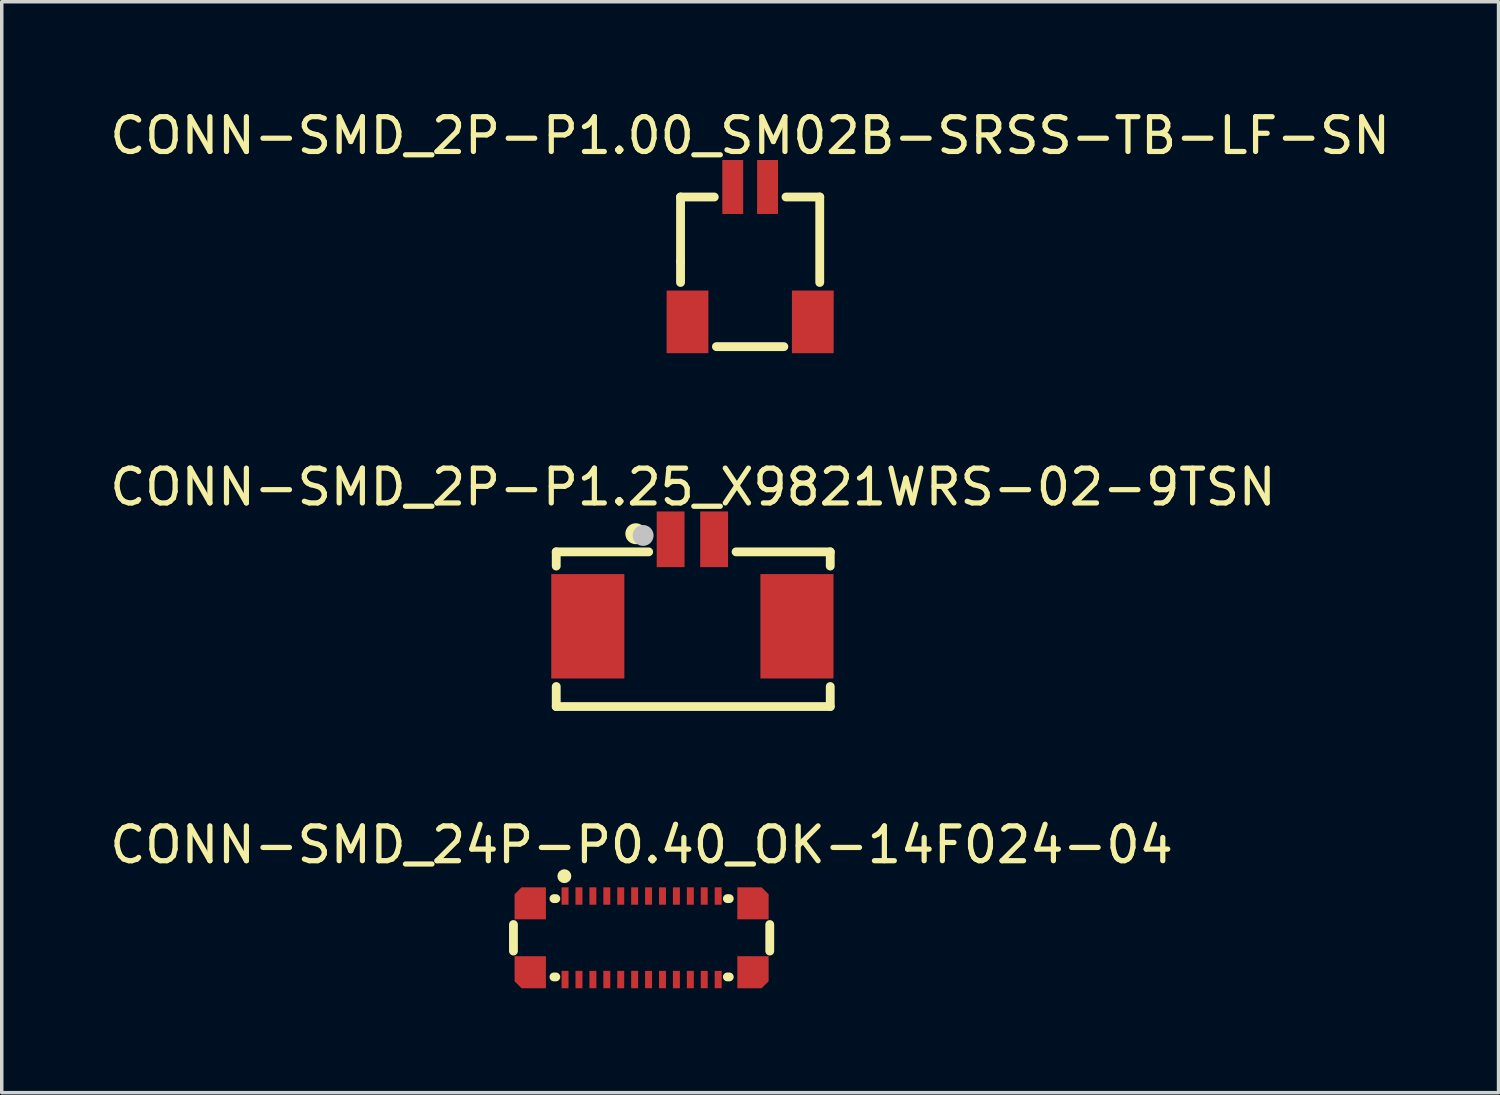
<source format=kicad_pcb>
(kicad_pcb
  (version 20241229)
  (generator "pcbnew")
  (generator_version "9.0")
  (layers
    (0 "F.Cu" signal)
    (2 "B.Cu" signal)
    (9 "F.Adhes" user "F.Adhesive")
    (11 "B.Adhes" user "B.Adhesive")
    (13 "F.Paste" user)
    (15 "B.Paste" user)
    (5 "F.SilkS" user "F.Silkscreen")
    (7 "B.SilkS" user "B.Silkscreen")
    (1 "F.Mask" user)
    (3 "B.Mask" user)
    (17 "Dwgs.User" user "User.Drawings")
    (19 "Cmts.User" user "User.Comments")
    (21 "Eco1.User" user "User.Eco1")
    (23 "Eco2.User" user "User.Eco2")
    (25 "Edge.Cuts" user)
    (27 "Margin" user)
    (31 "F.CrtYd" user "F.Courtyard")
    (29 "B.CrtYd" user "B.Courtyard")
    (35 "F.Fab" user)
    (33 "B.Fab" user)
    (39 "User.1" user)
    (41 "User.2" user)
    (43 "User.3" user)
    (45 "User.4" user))
  (footprint "CONN-SMD_2P-P1.00_SM02B-SRSS-TB-LF-SN"
    (layer "F.Cu")
    (at 18.506 4.261)
    (property "Reference" "CONN-SMD_2P-P1.00_SM02B-SRSS-TB-LF-SN" (at 0 -3.413 0) (layer "F.SilkS") (effects (font (size 1 1) (thickness 0.15))))
    (fp_line (start -2 -1.65) (end -1.031 -1.65) (stroke (width 0.254) (type default)) (layer "F.SilkS"))
    (fp_line (start -2 0.2) (end -2 -1.65) (stroke (width 0.254) (type default)) (layer "F.SilkS"))
    (fp_line (start -2 0.2) (end -2 0.806) (stroke (width 0.254) (type default)) (layer "F.SilkS"))
    (fp_line (start -0.969 2.65) (end 0.969 2.65) (stroke (width 0.254) (type default)) (layer "F.SilkS"))
    (fp_line (start 1.031 -1.65) (end 2 -1.65) (stroke (width 0.254) (type default)) (layer "F.SilkS"))
    (fp_line (start 2 -1.65) (end 2 0.806) (stroke (width 0.254) (type default)) (layer "F.SilkS"))
    (fp_poly (pts (xy -1.71 1.113) (xy -1.51 1.113) (xy -1.51 2.612) (xy -1.71 2.612)) (stroke (width 0.1) (type default)) (fill no) (layer "User.1"))
    (fp_poly (pts (xy -0.6 -2.337) (xy -0.4 -2.337) (xy -0.4 -1.538) (xy -0.6 -1.538)) (stroke (width 0.1) (type default)) (fill no) (layer "User.1"))
    (fp_poly (pts (xy 0.4 -2.337) (xy 0.6 -2.337) (xy 0.6 -1.538) (xy 0.4 -1.538)) (stroke (width 0.1) (type default)) (fill no) (layer "User.1"))
    (fp_poly (pts (xy 1.51 1.113) (xy 1.71 1.113) (xy 1.71 2.612) (xy 1.51 2.612)) (stroke (width 0.1) (type default)) (fill no) (layer "User.1"))
    (fp_line (start -2 -1.637) (end 2 -1.637) (stroke (width 0.051) (type default)) (layer "User.2"))
    (fp_line (start -2 2.612) (end -2 -1.637) (stroke (width 0.051) (type default)) (layer "User.2"))
    (fp_line (start 2 -1.637) (end 2 2.612) (stroke (width 0.051) (type default)) (layer "User.2"))
    (fp_line (start 2 2.612) (end -2 2.612) (stroke (width 0.051) (type default)) (layer "User.2"))
    (fp_poly (pts (xy -1.945 -2.36) (xy -1.977 -2.393) (xy -2.023 -2.393) (xy -2.055 -2.36) (xy -2.055 -2.315) (xy -2.023 -2.282) (xy -1.977 -2.282) (xy -1.945 -2.315)) (stroke (width 0.1) (type default)) (fill no) (layer "User.3"))
    (pad "1" smd rect (at -0.5 -1.938) (size 0.6 1.55) (layers "F.Cu" "F.Mask" "F.Paste"))
    (pad "2" smd rect (at 0.5 -1.938) (size 0.6 1.55) (layers "F.Cu" "F.Mask" "F.Paste"))
    (pad "3" smd rect (at 1.8 1.938) (size 1.2 1.8) (layers "F.Cu" "F.Mask" "F.Paste"))
    (pad "4" smd rect (at -1.8 1.938) (size 1.2 1.8) (layers "F.Cu" "F.Mask" "F.Paste")))
  (footprint "CONN-SMD_2P-P1.25_X9821WRS-02-9TSN"
    (layer "F.Cu")
    (at 16.846 13.697)
    (property "Reference" "CONN-SMD_2P-P1.25_X9821WRS-02-9TSN" (at 0.017 -2.75 0) (layer "F.SilkS") (effects (font (size 1 1) (thickness 0.15))))
    (fp_line (start -3.912 -0.889) (end -3.912 -0.481) (stroke (width 0.254) (type default)) (layer "F.SilkS"))
    (fp_line (start -3.912 2.981) (end -3.912 3.556) (stroke (width 0.254) (type default)) (layer "F.SilkS"))
    (fp_line (start -3.912 3.556) (end 3.962 3.556) (stroke (width 0.254) (type default)) (layer "F.SilkS"))
    (fp_line (start -1.256 -0.889) (end -3.912 -0.889) (stroke (width 0.254) (type default)) (layer "F.SilkS"))
    (fp_line (start 3.962 -0.889) (end 1.256 -0.889) (stroke (width 0.254) (type default)) (layer "F.SilkS"))
    (fp_line (start 3.962 -0.481) (end 3.962 -0.889) (stroke (width 0.254) (type default)) (layer "F.SilkS"))
    (fp_line (start 3.962 3.556) (end 3.962 2.981) (stroke (width 0.254) (type default)) (layer "F.SilkS"))
    (fp_circle (center -1.625 -1.41) (end -1.474 -1.41) (stroke (width 0.3) (type default)) (fill no) (layer "F.SilkS"))
    (fp_circle (center -1.415 -1.36) (end -1.265 -1.36) (stroke (width 0.3) (type default)) (fill no) (layer "Dwgs.User"))
    (fp_poly (pts (xy -3.725 0.25) (xy -2.025 0.25) (xy -2.025 2.25) (xy -3.725 2.25)) (stroke (width 0.1) (type default)) (fill no) (layer "User.1"))
    (fp_poly (pts (xy -0.775 -0.825) (xy -0.775 -1.675) (xy -0.475 -1.675) (xy -0.475 -0.825)) (stroke (width 0.1) (type default)) (fill no) (layer "User.1"))
    (fp_poly (pts (xy 0.475 -0.825) (xy 0.475 -1.675) (xy 0.775 -1.675) (xy 0.775 -0.825)) (stroke (width 0.1) (type default)) (fill no) (layer "User.1"))
    (fp_poly (pts (xy 2.075 0.25) (xy 3.775 0.25) (xy 3.775 2.25) (xy 2.075 2.25)) (stroke (width 0.1) (type default)) (fill no) (layer "User.1"))
    (fp_line (start -3.725 -0.921) (end 3.775 -0.889) (stroke (width 0.051) (type default)) (layer "User.2"))
    (fp_line (start -3.725 3.429) (end -3.725 -0.921) (stroke (width 0.051) (type default)) (layer "User.2"))
    (fp_line (start 3.775 -0.889) (end 3.775 3.556) (stroke (width 0.051) (type default)) (layer "User.2"))
    (fp_line (start 3.775 3.556) (end -3.725 3.429) (stroke (width 0.051) (type default)) (layer "User.2"))
    (fp_poly (pts (xy -3.67 -1.698) (xy -3.702 -1.73) (xy -3.748 -1.73) (xy -3.78 -1.698) (xy -3.78 -1.652) (xy -3.748 -1.62) (xy -3.702 -1.62) (xy -3.67 -1.652)) (stroke (width 0.1) (type default)) (fill no) (layer "User.3"))
    (pad "1" smd rect (at -0.625 -1.25 270) (size 1.6 0.8) (layers "F.Cu" "F.Mask" "F.Paste"))
    (pad "2" smd rect (at 0.625 -1.25 270) (size 1.6 0.8) (layers "F.Cu" "F.Mask" "F.Paste"))
    (pad "3" smd rect (at 3.005 1.25) (size 2.1 3) (layers "F.Cu" "F.Mask" "F.Paste"))
    (pad "4" smd rect (at -3.005 1.25) (size 2.1 3) (layers "F.Cu" "F.Mask" "F.Paste")))
  (footprint "CONN-SMD_24P-P0.40_OK-14F024-04"
    (layer "F.Cu")
    (at 15.387 23.898)
    (property "Reference" "CONN-SMD_24P-P0.40_OK-14F024-04" (at 0 -2.67 0) (layer "F.SilkS") (effects (font (size 1 1) (thickness 0.15))))
    (fp_line (start -3.683 0.381) (end -3.683 -0.381) (stroke (width 0.254) (type default)) (layer "F.SilkS"))
    (fp_line (start -2.519 -1.125) (end -2.465 -1.125) (stroke (width 0.254) (type default)) (layer "F.SilkS"))
    (fp_line (start -2.519 1.125) (end -2.465 1.125) (stroke (width 0.254) (type default)) (layer "F.SilkS"))
    (fp_line (start 2.519 -1.125) (end 2.465 -1.125) (stroke (width 0.254) (type default)) (layer "F.SilkS"))
    (fp_line (start 2.519 1.125) (end 2.465 1.125) (stroke (width 0.254) (type default)) (layer "F.SilkS"))
    (fp_line (start 3.683 0.381) (end 3.683 -0.381) (stroke (width 0.254) (type default)) (layer "F.SilkS"))
    (fp_circle (center -2.22 -1.77) (end -2.12 -1.77) (stroke (width 0.2) (type default)) (fill no) (layer "F.SilkS"))
    (fp_poly (pts (xy -2.26 -1.25) (xy -2.14 -1.25) (xy -2.14 -0.95) (xy -2.26 -0.95)) (stroke (width 0.1) (type default)) (fill no) (layer "User.1"))
    (fp_poly (pts (xy -2.26 0.95) (xy -2.14 0.95) (xy -2.14 1.25) (xy -2.26 1.25)) (stroke (width 0.1) (type default)) (fill no) (layer "User.1"))
    (fp_poly (pts (xy -1.86 -1.25) (xy -1.74 -1.25) (xy -1.74 -0.95) (xy -1.86 -0.95)) (stroke (width 0.1) (type default)) (fill no) (layer "User.1"))
    (fp_poly (pts (xy -1.86 0.95) (xy -1.74 0.95) (xy -1.74 1.25) (xy -1.86 1.25)) (stroke (width 0.1) (type default)) (fill no) (layer "User.1"))
    (fp_poly (pts (xy -1.46 -1.25) (xy -1.34 -1.25) (xy -1.34 -0.95) (xy -1.46 -0.95)) (stroke (width 0.1) (type default)) (fill no) (layer "User.1"))
    (fp_poly (pts (xy -1.46 0.95) (xy -1.34 0.95) (xy -1.34 1.25) (xy -1.46 1.25)) (stroke (width 0.1) (type default)) (fill no) (layer "User.1"))
    (fp_poly (pts (xy -1.06 -1.25) (xy -0.94 -1.25) (xy -0.94 -0.95) (xy -1.06 -0.95)) (stroke (width 0.1) (type default)) (fill no) (layer "User.1"))
    (fp_poly (pts (xy -1.06 0.95) (xy -0.94 0.95) (xy -0.94 1.25) (xy -1.06 1.25)) (stroke (width 0.1) (type default)) (fill no) (layer "User.1"))
    (fp_poly (pts (xy -0.66 -1.25) (xy -0.54 -1.25) (xy -0.54 -0.95) (xy -0.66 -0.95)) (stroke (width 0.1) (type default)) (fill no) (layer "User.1"))
    (fp_poly (pts (xy -0.66 0.95) (xy -0.54 0.95) (xy -0.54 1.25) (xy -0.66 1.25)) (stroke (width 0.1) (type default)) (fill no) (layer "User.1"))
    (fp_poly (pts (xy -0.26 -1.25) (xy -0.14 -1.25) (xy -0.14 -0.95) (xy -0.26 -0.95)) (stroke (width 0.1) (type default)) (fill no) (layer "User.1"))
    (fp_poly (pts (xy -0.26 0.95) (xy -0.14 0.95) (xy -0.14 1.25) (xy -0.26 1.25)) (stroke (width 0.1) (type default)) (fill no) (layer "User.1"))
    (fp_poly (pts (xy 0.14 -1.25) (xy 0.26 -1.25) (xy 0.26 -0.95) (xy 0.14 -0.95)) (stroke (width 0.1) (type default)) (fill no) (layer "User.1"))
    (fp_poly (pts (xy 0.14 0.95) (xy 0.26 0.95) (xy 0.26 1.25) (xy 0.14 1.25)) (stroke (width 0.1) (type default)) (fill no) (layer "User.1"))
    (fp_poly (pts (xy 0.54 -1.25) (xy 0.66 -1.25) (xy 0.66 -0.95) (xy 0.54 -0.95)) (stroke (width 0.1) (type default)) (fill no) (layer "User.1"))
    (fp_poly (pts (xy 0.54 0.95) (xy 0.66 0.95) (xy 0.66 1.25) (xy 0.54 1.25)) (stroke (width 0.1) (type default)) (fill no) (layer "User.1"))
    (fp_poly (pts (xy 0.94 -1.25) (xy 1.06 -1.25) (xy 1.06 -0.95) (xy 0.94 -0.95)) (stroke (width 0.1) (type default)) (fill no) (layer "User.1"))
    (fp_poly (pts (xy 0.94 0.95) (xy 1.06 0.95) (xy 1.06 1.25) (xy 0.94 1.25)) (stroke (width 0.1) (type default)) (fill no) (layer "User.1"))
    (fp_poly (pts (xy 1.34 -1.25) (xy 1.46 -1.25) (xy 1.46 -0.95) (xy 1.34 -0.95)) (stroke (width 0.1) (type default)) (fill no) (layer "User.1"))
    (fp_poly (pts (xy 1.34 0.95) (xy 1.46 0.95) (xy 1.46 1.25) (xy 1.34 1.25)) (stroke (width 0.1) (type default)) (fill no) (layer "User.1"))
    (fp_poly (pts (xy 1.74 -1.25) (xy 1.86 -1.25) (xy 1.86 -0.95) (xy 1.74 -0.95)) (stroke (width 0.1) (type default)) (fill no) (layer "User.1"))
    (fp_poly (pts (xy 1.74 0.95) (xy 1.86 0.95) (xy 1.86 1.25) (xy 1.74 1.25)) (stroke (width 0.1) (type default)) (fill no) (layer "User.1"))
    (fp_poly (pts (xy 2.14 -1.25) (xy 2.26 -1.25) (xy 2.26 -0.95) (xy 2.14 -0.95)) (stroke (width 0.1) (type default)) (fill no) (layer "User.1"))
    (fp_poly (pts (xy 2.14 0.95) (xy 2.26 0.95) (xy 2.26 1.25) (xy 2.14 1.25)) (stroke (width 0.1) (type default)) (fill no) (layer "User.1"))
    (fp_poly (pts (xy -3.47 -0.72) (xy -2.93 -0.72) (xy -2.93 -0.83) (xy -2.95 -0.84) (xy -2.95 -1.2) (xy -3.25 -1.2) (xy -3.25 -0.84) (xy -3.47 -0.84)) (stroke (width 0.1) (type default)) (fill no) (layer "User.1"))
    (fp_poly (pts (xy -3.47 0.72) (xy -2.93 0.72) (xy -2.93 0.83) (xy -2.95 0.84) (xy -2.95 1.2) (xy -3.25 1.2) (xy -3.25 0.84) (xy -3.47 0.84)) (stroke (width 0.1) (type default)) (fill no) (layer "User.1"))
    (fp_poly (pts (xy 3.47 -0.72) (xy 2.93 -0.72) (xy 2.93 -0.83) (xy 2.95 -0.84) (xy 2.95 -1.2) (xy 3.25 -1.2) (xy 3.25 -0.84) (xy 3.47 -0.84)) (stroke (width 0.1) (type default)) (fill no) (layer "User.1"))
    (fp_poly (pts (xy 3.47 0.72) (xy 2.93 0.72) (xy 2.93 0.83) (xy 2.95 0.84) (xy 2.95 1.2) (xy 3.25 1.2) (xy 3.25 0.84) (xy 3.47 0.84)) (stroke (width 0.1) (type default)) (fill no) (layer "User.1"))
    (fp_line (start -3.625 -1.125) (end 3.625 -1.125) (stroke (width 0.051) (type default)) (layer "User.2"))
    (fp_line (start -3.625 1.125) (end -3.625 -1.125) (stroke (width 0.051) (type default)) (layer "User.2"))
    (fp_line (start 3.625 -1.125) (end 3.625 1.125) (stroke (width 0.051) (type default)) (layer "User.2"))
    (fp_line (start 3.625 1.125) (end -3.625 1.125) (stroke (width 0.051) (type default)) (layer "User.2"))
    (fp_poly (pts (xy -3.57 -1.273) (xy -3.602 -1.305) (xy -3.648 -1.305) (xy -3.68 -1.273) (xy -3.68 -1.227) (xy -3.648 -1.195) (xy -3.602 -1.195) (xy -3.57 -1.227)) (stroke (width 0.1) (type default)) (fill no) (layer "User.3"))
    (pad "1" smd rect (at -2.2 -1.2) (size 0.2 0.5) (layers "F.Cu" "F.Mask" "F.Paste"))
    (pad "2" smd rect (at -1.8 -1.2) (size 0.2 0.5) (layers "F.Cu" "F.Mask" "F.Paste"))
    (pad "3" smd rect (at -1.4 -1.2) (size 0.2 0.5) (layers "F.Cu" "F.Mask" "F.Paste"))
    (pad "4" smd rect (at -1 -1.2) (size 0.2 0.5) (layers "F.Cu" "F.Mask" "F.Paste"))
    (pad "5" smd rect (at -0.6 -1.2) (size 0.2 0.5) (layers "F.Cu" "F.Mask" "F.Paste"))
    (pad "6" smd rect (at -0.2 -1.2) (size 0.2 0.5) (layers "F.Cu" "F.Mask" "F.Paste"))
    (pad "7" smd rect (at 0.2 -1.2) (size 0.2 0.5) (layers "F.Cu" "F.Mask" "F.Paste"))
    (pad "8" smd rect (at 0.6 -1.2) (size 0.2 0.5) (layers "F.Cu" "F.Mask" "F.Paste"))
    (pad "9" smd rect (at 1 -1.2) (size 0.2 0.5) (layers "F.Cu" "F.Mask" "F.Paste"))
    (pad "10" smd rect (at 1.4 -1.2) (size 0.2 0.5) (layers "F.Cu" "F.Mask" "F.Paste"))
    (pad "11" smd rect (at 1.8 -1.2) (size 0.2 0.5) (layers "F.Cu" "F.Mask" "F.Paste"))
    (pad "12" smd rect (at 2.2 -1.2) (size 0.2 0.5) (layers "F.Cu" "F.Mask" "F.Paste"))
    (pad "13" smd rect (at 2.2 1.2) (size 0.2 0.5) (layers "F.Cu" "F.Mask" "F.Paste"))
    (pad "14" smd rect (at 1.8 1.2) (size 0.2 0.5) (layers "F.Cu" "F.Mask" "F.Paste"))
    (pad "15" smd rect (at 1.4 1.2) (size 0.2 0.5) (layers "F.Cu" "F.Mask" "F.Paste"))
    (pad "16" smd rect (at 1 1.2) (size 0.2 0.5) (layers "F.Cu" "F.Mask" "F.Paste"))
    (pad "17" smd rect (at 0.6 1.2) (size 0.2 0.5) (layers "F.Cu" "F.Mask" "F.Paste"))
    (pad "18" smd rect (at 0.2 1.2) (size 0.2 0.5) (layers "F.Cu" "F.Mask" "F.Paste"))
    (pad "19" smd rect (at -0.2 1.2) (size 0.2 0.5) (layers "F.Cu" "F.Mask" "F.Paste"))
    (pad "20" smd rect (at -0.6 1.2) (size 0.2 0.5) (layers "F.Cu" "F.Mask" "F.Paste"))
    (pad "21" smd rect (at -1 1.2) (size 0.2 0.5) (layers "F.Cu" "F.Mask" "F.Paste"))
    (pad "22" smd rect (at -1.4 1.2) (size 0.2 0.5) (layers "F.Cu" "F.Mask" "F.Paste"))
    (pad "23" smd rect (at -1.8 1.2) (size 0.2 0.5) (layers "F.Cu" "F.Mask" "F.Paste"))
    (pad "24" smd rect (at -2.2 1.2) (size 0.2 0.5) (layers "F.Cu" "F.Mask" "F.Paste"))
    (pad "25" smd custom (at -3.2 0.99) (size 0.000001 0.000001) (layers "F.Cu" "F.Mask" "F.Paste") (options (anchor circle)) (primitives (gr_poly (pts (xy 0.45 0.46) (xy -0.25 0.46) (xy -0.45 0.26) (xy -0.45 -0.46) (xy 0.45 -0.46) (xy 0.45 0)) (width 0) (fill yes))))
    (pad "26" smd custom (at -3.2 -0.99) (size 0.000001 0.000001) (layers "F.Cu" "F.Mask" "F.Paste") (options (anchor circle)) (primitives (gr_poly (pts (xy 0.45 -0.46) (xy -0.25 -0.46) (xy -0.45 -0.26) (xy -0.45 0.46) (xy 0.45 0.46) (xy 0.45 0)) (width 0) (fill yes))))
    (pad "27" smd custom (at 3.2 -0.99) (size 0.000001 0.000001) (layers "F.Cu" "F.Mask" "F.Paste") (options (anchor circle)) (primitives (gr_poly (pts (xy -0.45 -0.46) (xy 0.25 -0.46) (xy 0.45 -0.26) (xy 0.45 0.46) (xy -0.45 0.46) (xy -0.45 0)) (width 0) (fill yes))))
    (pad "28" smd custom (at 3.2 0.99) (size 0.000001 0.000001) (layers "F.Cu" "F.Mask" "F.Paste") (options (anchor circle)) (primitives (gr_poly (pts (xy -0.45 0.46) (xy 0.25 0.46) (xy 0.45 0.26) (xy 0.45 -0.46) (xy -0.45 -0.46) (xy -0.45 0)) (width 0) (fill yes)))))
  (gr_rect
    (start -3 -3)
    (end 40.012 28.348)
    (stroke (width 0.1) (type default))
    (fill no)
    (layer "Edge.Cuts")))
</source>
